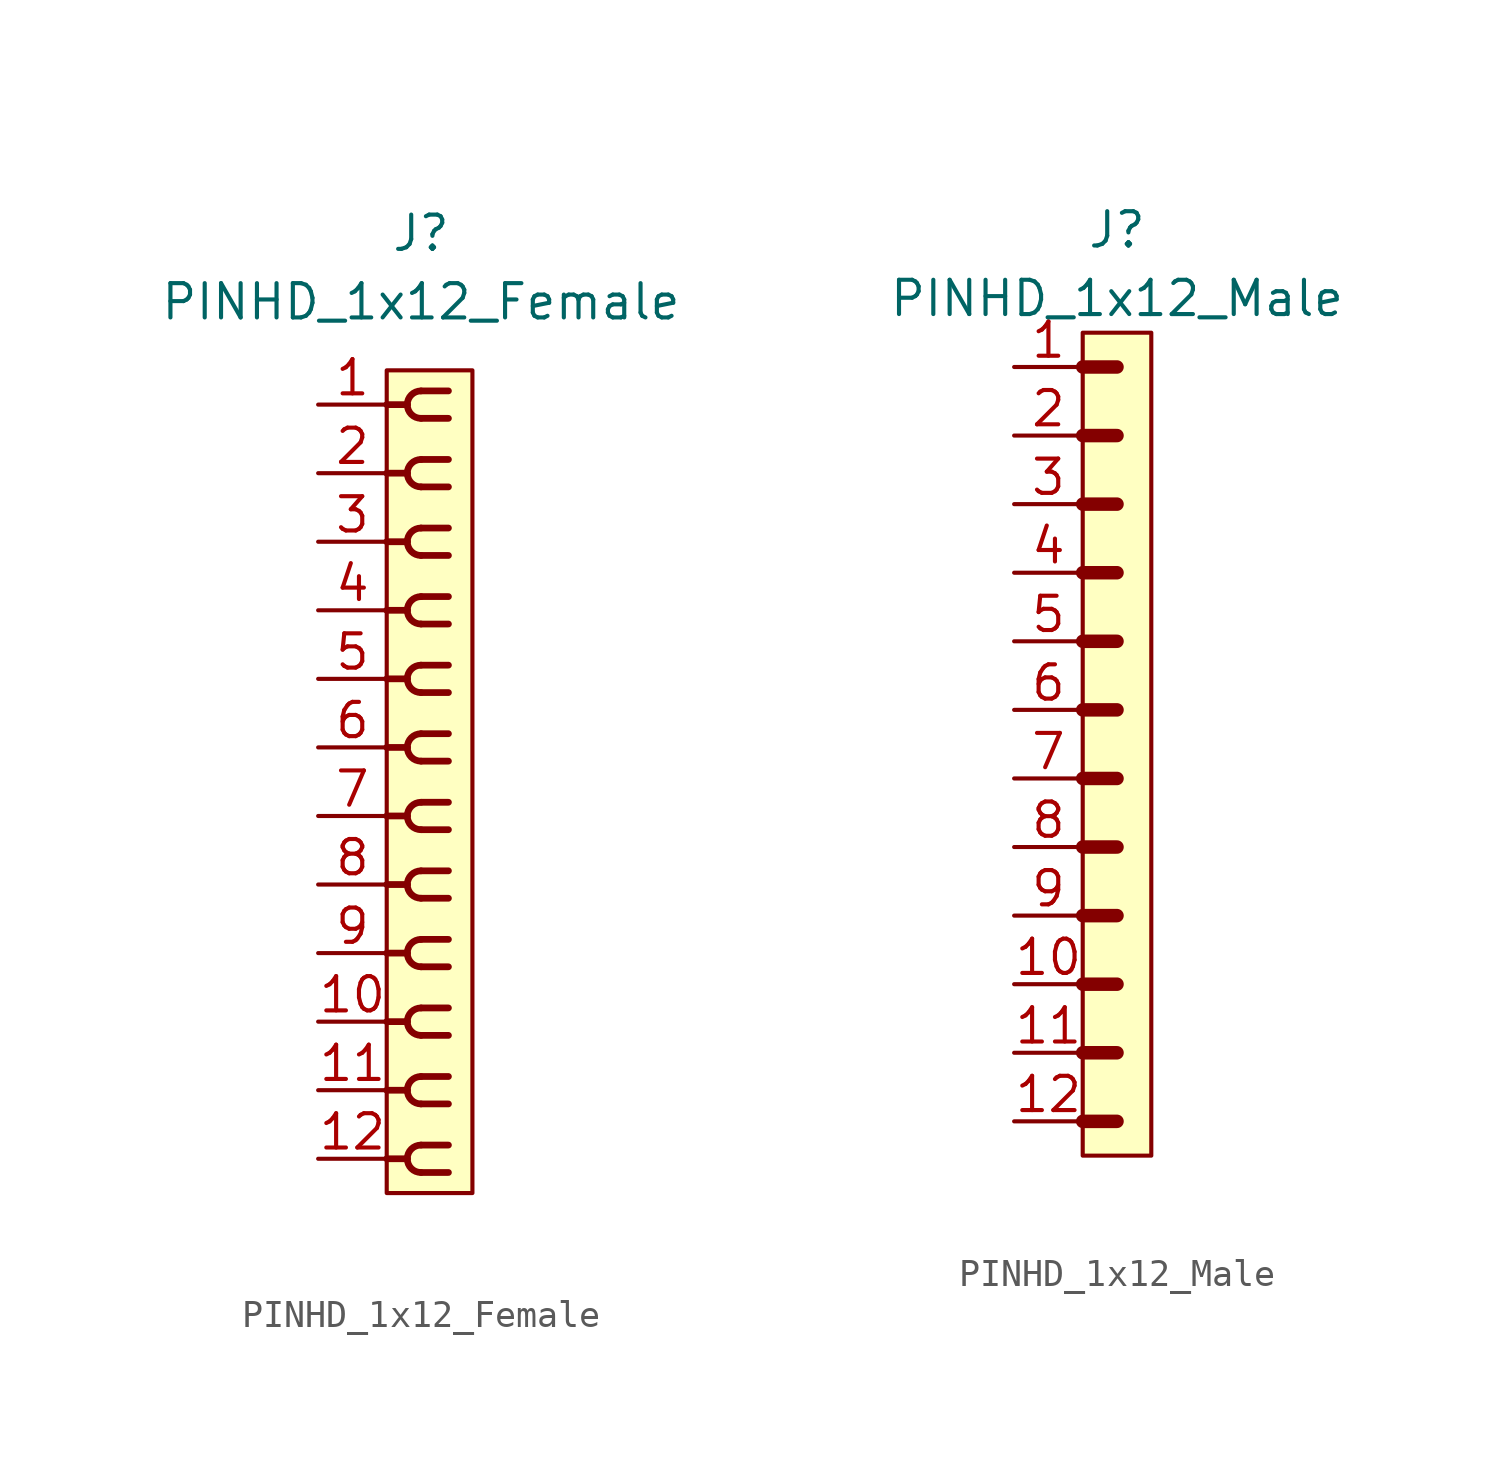
<source format=kicad_sym>
(kicad_symbol_lib
  (version 20220914)
  (generator kicad_symbol_editor)
  (symbol "PINHD_1x12_Female"
    (property "Reference" "J"
      (at 0 20.32 0)
      (effects (font (size 1.27 1.27))))
    (property "Value" "PINHD_1x12_Female"
      (at 0 17.78 0)
      (effects (font (size 1.27 1.27))))
    (symbol "PINHD_1x12_Female_0_1"
      (rectangle (start -1.27 15.24) (end 1.905 -15.24) (stroke (width 0) (type default)) (fill (type background)))
      (arc (start -0.508 -13.97) (mid -0.3592 -14.3292) (end 0 -14.478) (stroke (width 0.25) (type default)) (fill (type none)))
      (arc (start -0.508 -11.43) (mid -0.3592 -11.7892) (end 0 -11.938) (stroke (width 0.25) (type default)) (fill (type none)))
      (arc (start -0.508 -8.89) (mid -0.3592 -9.2492) (end 0 -9.398) (stroke (width 0.25) (type default)) (fill (type none)))
      (arc (start -0.508 -6.35) (mid -0.3592 -6.7092) (end 0 -6.858) (stroke (width 0.25) (type default)) (fill (type none)))
      (arc (start -0.508 -3.81) (mid -0.3592 -4.1692) (end 0 -4.318) (stroke (width 0.25) (type default)) (fill (type none)))
      (arc (start -0.508 -1.27) (mid -0.3592 -1.6292) (end 0 -1.778) (stroke (width 0.25) (type default)) (fill (type none)))
      (arc (start -0.508 1.27) (mid -0.3592 0.9108) (end 0 0.762) (stroke (width 0.25) (type default)) (fill (type none)))
      (arc (start -0.508 3.81) (mid -0.3592 3.4508) (end 0 3.302) (stroke (width 0.25) (type default)) (fill (type none)))
      (arc (start -0.508 6.35) (mid -0.3592 5.9908) (end 0 5.842) (stroke (width 0.25) (type default)) (fill (type none)))
      (arc (start -0.508 8.89) (mid -0.3592 8.5308) (end 0 8.382) (stroke (width 0.25) (type default)) (fill (type none)))
      (arc (start -0.508 11.43) (mid -0.3592 11.0708) (end 0 10.922) (stroke (width 0.25) (type default)) (fill (type none)))
      (arc (start -0.508 13.97) (mid -0.3592 13.6108) (end 0 13.462) (stroke (width 0.25) (type default)) (fill (type none)))
      (arc (start 0 -13.462) (mid -0.3592 -13.6108) (end -0.508 -13.97) (stroke (width 0.25) (type default)) (fill (type none)))
      (arc (start 0 -10.922) (mid -0.3592 -11.0708) (end -0.508 -11.43) (stroke (width 0.25) (type default)) (fill (type none)))
      (arc (start 0 -8.382) (mid -0.3592 -8.5308) (end -0.508 -8.89) (stroke (width 0.25) (type default)) (fill (type none)))
      (arc (start 0 -5.842) (mid -0.3592 -5.9908) (end -0.508 -6.35) (stroke (width 0.25) (type default)) (fill (type none)))
      (arc (start 0 -3.302) (mid -0.3592 -3.4508) (end -0.508 -3.81) (stroke (width 0.25) (type default)) (fill (type none)))
      (arc (start 0 -0.762) (mid -0.3592 -0.9108) (end -0.508 -1.27) (stroke (width 0.25) (type default)) (fill (type none)))
      (polyline (pts (xy -1.27 -13.97) (xy -0.508 -13.97)) (stroke (width 0.25) (type default)) (fill (type none)))
      (polyline (pts (xy -1.27 -11.43) (xy -0.508 -11.43)) (stroke (width 0.25) (type default)) (fill (type none)))
      (polyline (pts (xy -1.27 -8.89) (xy -0.508 -8.89)) (stroke (width 0.25) (type default)) (fill (type none)))
      (polyline (pts (xy -1.27 -6.35) (xy -0.508 -6.35)) (stroke (width 0.25) (type default)) (fill (type none)))
      (polyline (pts (xy -1.27 -3.81) (xy -0.508 -3.81)) (stroke (width 0.25) (type default)) (fill (type none)))
      (polyline (pts (xy -1.27 -1.27) (xy -0.508 -1.27)) (stroke (width 0.25) (type default)) (fill (type none)))
      (polyline (pts (xy -1.27 1.27) (xy -0.508 1.27)) (stroke (width 0.25) (type default)) (fill (type none)))
      (polyline (pts (xy -1.27 3.81) (xy -0.508 3.81)) (stroke (width 0.25) (type default)) (fill (type none)))
      (polyline (pts (xy -1.27 6.35) (xy -0.508 6.35)) (stroke (width 0.25) (type default)) (fill (type none)))
      (polyline (pts (xy -1.27 8.89) (xy -0.508 8.89)) (stroke (width 0.25) (type default)) (fill (type none)))
      (polyline (pts (xy -1.27 11.43) (xy -0.508 11.43)) (stroke (width 0.25) (type default)) (fill (type none)))
      (polyline (pts (xy -1.27 13.97) (xy -0.508 13.97)) (stroke (width 0.25) (type default)) (fill (type none)))
      (polyline (pts (xy 0 -14.478) (xy 1.016 -14.478)) (stroke (width 0.25) (type default)) (fill (type none)))
      (polyline (pts (xy 0 -13.462) (xy 1.016 -13.462)) (stroke (width 0.25) (type default)) (fill (type none)))
      (polyline (pts (xy 0 -11.938) (xy 1.016 -11.938)) (stroke (width 0.25) (type default)) (fill (type none)))
      (polyline (pts (xy 0 -10.922) (xy 1.016 -10.922)) (stroke (width 0.25) (type default)) (fill (type none)))
      (polyline (pts (xy 0 -9.398) (xy 1.016 -9.398)) (stroke (width 0.25) (type default)) (fill (type none)))
      (polyline (pts (xy 0 -8.382) (xy 1.016 -8.382)) (stroke (width 0.25) (type default)) (fill (type none)))
      (polyline (pts (xy 0 -6.858) (xy 1.016 -6.858)) (stroke (width 0.25) (type default)) (fill (type none)))
      (polyline (pts (xy 0 -5.842) (xy 1.016 -5.842)) (stroke (width 0.25) (type default)) (fill (type none)))
      (polyline (pts (xy 0 -4.318) (xy 1.016 -4.318)) (stroke (width 0.25) (type default)) (fill (type none)))
      (polyline (pts (xy 0 -3.302) (xy 1.016 -3.302)) (stroke (width 0.25) (type default)) (fill (type none)))
      (polyline (pts (xy 0 -1.778) (xy 1.016 -1.778)) (stroke (width 0.25) (type default)) (fill (type none)))
      (polyline (pts (xy 0 -0.762) (xy 1.016 -0.762)) (stroke (width 0.25) (type default)) (fill (type none)))
      (polyline (pts (xy 0 0.762) (xy 1.016 0.762)) (stroke (width 0.25) (type default)) (fill (type none)))
      (polyline (pts (xy 0 1.778) (xy 1.016 1.778)) (stroke (width 0.25) (type default)) (fill (type none)))
      (polyline (pts (xy 0 3.302) (xy 1.016 3.302)) (stroke (width 0.25) (type default)) (fill (type none)))
      (polyline (pts (xy 0 4.318) (xy 1.016 4.318)) (stroke (width 0.25) (type default)) (fill (type none)))
      (polyline (pts (xy 0 5.842) (xy 1.016 5.842)) (stroke (width 0.25) (type default)) (fill (type none)))
      (polyline (pts (xy 0 6.858) (xy 1.016 6.858)) (stroke (width 0.25) (type default)) (fill (type none)))
      (polyline (pts (xy 0 8.382) (xy 1.016 8.382)) (stroke (width 0.25) (type default)) (fill (type none)))
      (polyline (pts (xy 0 9.398) (xy 1.016 9.398)) (stroke (width 0.25) (type default)) (fill (type none)))
      (polyline (pts (xy 0 10.922) (xy 1.016 10.922)) (stroke (width 0.25) (type default)) (fill (type none)))
      (polyline (pts (xy 0 11.938) (xy 1.016 11.938)) (stroke (width 0.25) (type default)) (fill (type none)))
      (polyline (pts (xy 0 13.462) (xy 1.016 13.462)) (stroke (width 0.25) (type default)) (fill (type none)))
      (polyline (pts (xy 0 14.478) (xy 1.016 14.478)) (stroke (width 0.25) (type default)) (fill (type none)))
      (arc (start 0 1.778) (mid -0.3592 1.6292) (end -0.508 1.27) (stroke (width 0.25) (type default)) (fill (type none)))
      (arc (start 0 4.318) (mid -0.3592 4.1692) (end -0.508 3.81) (stroke (width 0.25) (type default)) (fill (type none)))
      (arc (start 0 6.858) (mid -0.3592 6.7092) (end -0.508 6.35) (stroke (width 0.25) (type default)) (fill (type none)))
      (arc (start 0 9.398) (mid -0.3592 9.2492) (end -0.508 8.89) (stroke (width 0.25) (type default)) (fill (type none)))
      (arc (start 0 11.938) (mid -0.3592 11.7892) (end -0.508 11.43) (stroke (width 0.25) (type default)) (fill (type none)))
      (arc (start 0 14.478) (mid -0.3592 14.3292) (end -0.508 13.97) (stroke (width 0.25) (type default)) (fill (type none))))
    (symbol "PINHD_1x12_Female_1_1"
      (pin passive line (at -3.81 13.97 0) (length 2.54) (name "" (effects (font (size 1.27 1.27)))) (number "1" (effects (font (size 1.27 1.27)))))
      (pin passive line (at -3.81 -8.89 0) (length 2.54) (name "" (effects (font (size 1.27 1.27)))) (number "10" (effects (font (size 1.27 1.27)))))
      (pin passive line (at -3.81 -11.43 0) (length 2.54) (name "" (effects (font (size 1.27 1.27)))) (number "11" (effects (font (size 1.27 1.27)))))
      (pin passive line (at -3.81 -13.97 0) (length 2.54) (name "" (effects (font (size 1.27 1.27)))) (number "12" (effects (font (size 1.27 1.27)))))
      (pin passive line (at -3.81 11.43 0) (length 2.54) (name "" (effects (font (size 1.27 1.27)))) (number "2" (effects (font (size 1.27 1.27)))))
      (pin passive line (at -3.81 8.89 0) (length 2.54) (name "" (effects (font (size 1.27 1.27)))) (number "3" (effects (font (size 1.27 1.27)))))
      (pin passive line (at -3.81 6.35 0) (length 2.54) (name "" (effects (font (size 1.27 1.27)))) (number "4" (effects (font (size 1.27 1.27)))))
      (pin passive line (at -3.81 3.81 0) (length 2.54) (name "" (effects (font (size 1.27 1.27)))) (number "5" (effects (font (size 1.27 1.27)))))
      (pin passive line (at -3.81 1.27 0) (length 2.54) (name "" (effects (font (size 1.27 1.27)))) (number "6" (effects (font (size 1.27 1.27)))))
      (pin passive line (at -3.81 -1.27 0) (length 2.54) (name "" (effects (font (size 1.27 1.27)))) (number "7" (effects (font (size 1.27 1.27)))))
      (pin passive line (at -3.81 -3.81 0) (length 2.54) (name "" (effects (font (size 1.27 1.27)))) (number "8" (effects (font (size 1.27 1.27)))))
      (pin passive line (at -3.81 -6.35 0) (length 2.54) (name "" (effects (font (size 1.27 1.27)))) (number "9" (effects (font (size 1.27 1.27)))))))
  (symbol "PINHD_1x12_Male"
    (property "Reference" "J"
      (at 0 19.05 0)
      (effects (font (size 1.27 1.27))))
    (property "Value" "PINHD_1x12_Male"
      (at 0 16.51 0)
      (effects (font (size 1.27 1.27))))
    (symbol "PINHD_1x12_Male_0_1"
      (rectangle (start -1.27 15.24) (end 1.27 -15.24) (stroke (width 0) (type default)) (fill (type background)))
      (polyline (pts (xy -1.27 -13.97) (xy 0 -13.97)) (stroke (width 0.5) (type default)) (fill (type none)))
      (polyline (pts (xy -1.27 -11.43) (xy 0 -11.43)) (stroke (width 0.5) (type default)) (fill (type none)))
      (polyline (pts (xy -1.27 -8.89) (xy 0 -8.89)) (stroke (width 0.3) (type default)) (fill (type none)))
      (polyline (pts (xy -1.27 -8.89) (xy 0 -8.89)) (stroke (width 0.5) (type default)) (fill (type none)))
      (polyline (pts (xy -1.27 -6.35) (xy 0 -6.35)) (stroke (width 0.3) (type default)) (fill (type none)))
      (polyline (pts (xy -1.27 -6.35) (xy 0 -6.35)) (stroke (width 0.5) (type default)) (fill (type none)))
      (polyline (pts (xy -1.27 -3.81) (xy 0 -3.81)) (stroke (width 0.3) (type default)) (fill (type none)))
      (polyline (pts (xy -1.27 -3.81) (xy 0 -3.81)) (stroke (width 0.5) (type default)) (fill (type none)))
      (polyline (pts (xy -1.27 -1.27) (xy 0 -1.27)) (stroke (width 0.3) (type default)) (fill (type none)))
      (polyline (pts (xy -1.27 -1.27) (xy 0 -1.27)) (stroke (width 0.5) (type default)) (fill (type none)))
      (polyline (pts (xy -1.27 1.27) (xy 0 1.27)) (stroke (width 0.3) (type default)) (fill (type none)))
      (polyline (pts (xy -1.27 1.27) (xy 0 1.27)) (stroke (width 0.5) (type default)) (fill (type none)))
      (polyline (pts (xy -1.27 3.81) (xy 0 3.81)) (stroke (width 0.3) (type default)) (fill (type none)))
      (polyline (pts (xy -1.27 3.81) (xy 0 3.81)) (stroke (width 0.5) (type default)) (fill (type none)))
      (polyline (pts (xy -1.27 6.35) (xy 0 6.35)) (stroke (width 0.3) (type default)) (fill (type none)))
      (polyline (pts (xy -1.27 6.35) (xy 0 6.35)) (stroke (width 0.5) (type default)) (fill (type none)))
      (polyline (pts (xy -1.27 8.89) (xy 0 8.89)) (stroke (width 0.3) (type default)) (fill (type none)))
      (polyline (pts (xy -1.27 8.89) (xy 0 8.89)) (stroke (width 0.5) (type default)) (fill (type none)))
      (polyline (pts (xy -1.27 11.43) (xy 0 11.43)) (stroke (width 0.3) (type default)) (fill (type none)))
      (polyline (pts (xy -1.27 11.43) (xy 0 11.43)) (stroke (width 0.5) (type default)) (fill (type none)))
      (polyline (pts (xy -1.27 13.97) (xy 0 13.97)) (stroke (width 0.5) (type default)) (fill (type none))))
    (symbol "PINHD_1x12_Male_1_1"
      (pin passive line (at -3.81 13.97 0) (length 2.54) (name "" (effects (font (size 1.27 1.27)))) (number "1" (effects (font (size 1.27 1.27)))))
      (pin passive line (at -3.81 -8.89 0) (length 2.54) (name "" (effects (font (size 1.27 1.27)))) (number "10" (effects (font (size 1.27 1.27)))))
      (pin passive line (at -3.81 -11.43 0) (length 2.54) (name "" (effects (font (size 1.27 1.27)))) (number "11" (effects (font (size 1.27 1.27)))))
      (pin passive line (at -3.81 -13.97 0) (length 2.54) (name "" (effects (font (size 1.27 1.27)))) (number "12" (effects (font (size 1.27 1.27)))))
      (pin passive line (at -3.81 11.43 0) (length 2.54) (name "" (effects (font (size 1.27 1.27)))) (number "2" (effects (font (size 1.27 1.27)))))
      (pin passive line (at -3.81 8.89 0) (length 2.54) (name "" (effects (font (size 1.27 1.27)))) (number "3" (effects (font (size 1.27 1.27)))))
      (pin passive line (at -3.81 6.35 0) (length 2.54) (name "" (effects (font (size 1.27 1.27)))) (number "4" (effects (font (size 1.27 1.27)))))
      (pin passive line (at -3.81 3.81 0) (length 2.54) (name "" (effects (font (size 1.27 1.27)))) (number "5" (effects (font (size 1.27 1.27)))))
      (pin passive line (at -3.81 1.27 0) (length 2.54) (name "" (effects (font (size 1.27 1.27)))) (number "6" (effects (font (size 1.27 1.27)))))
      (pin passive line (at -3.81 -1.27 0) (length 2.54) (name "" (effects (font (size 1.27 1.27)))) (number "7" (effects (font (size 1.27 1.27)))))
      (pin passive line (at -3.81 -3.81 0) (length 2.54) (name "" (effects (font (size 1.27 1.27)))) (number "8" (effects (font (size 1.27 1.27)))))
      (pin passive line (at -3.81 -6.35 0) (length 2.54) (name "" (effects (font (size 1.27 1.27)))) (number "9" (effects (font (size 1.27 1.27))))))))
</source>
